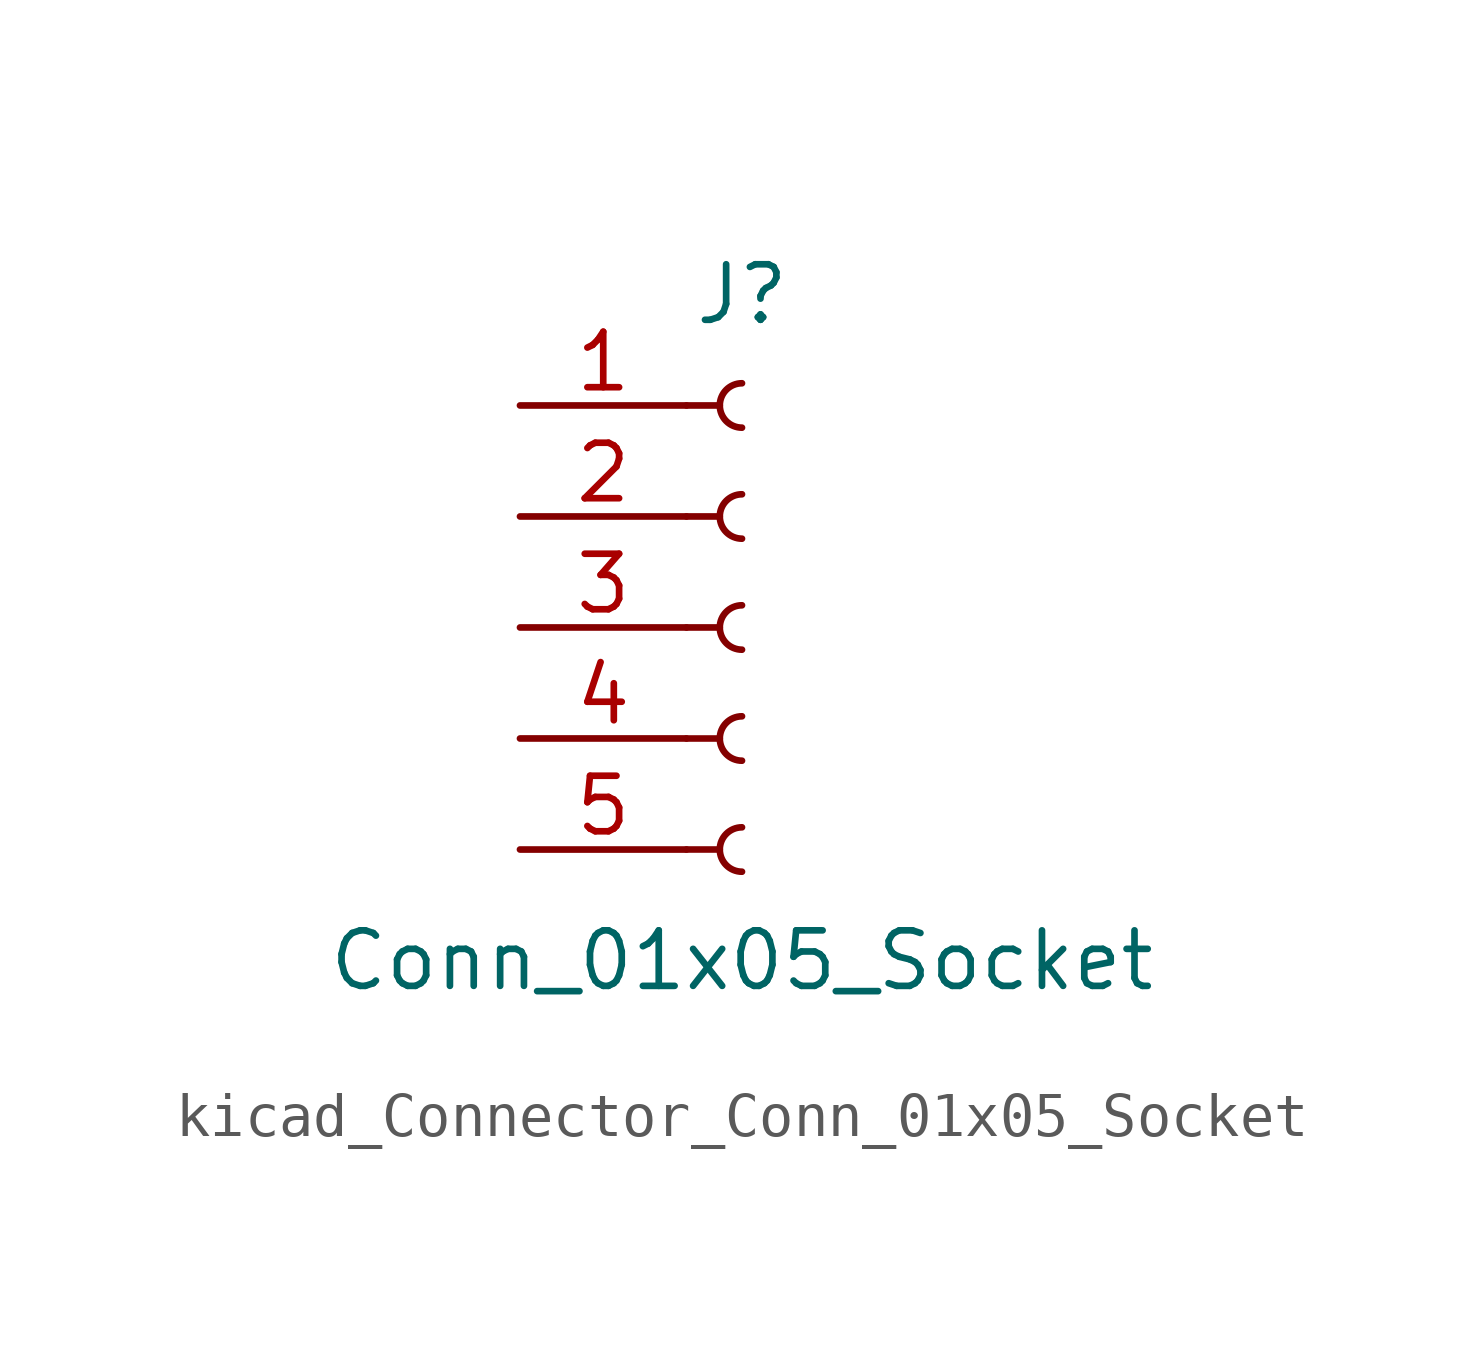
<source format=kicad_sym>
(kicad_symbol_lib
  (version 20220914)
  (generator kicad_symbol_editor)
  (symbol "kicad_Connector_Conn_01x05_Socket"
    (pin_names
      (offset 1.016) hide)
    (property "Reference" "J"
      (at 0 7.62 0)
      (effects (font (size 1.27 1.27))))
    (property "Value" "Conn_01x05_Socket"
      (at 0 -7.62 0)
      (effects (font (size 1.27 1.27))))
    (property "ki_locked" ""
      (at 0 0 0)
      (effects (font (size 1.27 1.27))))
    (symbol "kicad_Connector_Conn_01x05_Socket_1_1"
      (arc (start 0 -4.572) (mid -0.5058 -5.08) (end 0 -5.588) (stroke (width 0.1524) (type default)) (fill (type none)))
      (arc (start 0 -2.032) (mid -0.5058 -2.54) (end 0 -3.048) (stroke (width 0.1524) (type default)) (fill (type none)))
      (polyline (pts (xy -1.27 -5.08) (xy -0.508 -5.08)) (stroke (width 0.152) (type default)) (fill (type none)))
      (polyline (pts (xy -1.27 -2.54) (xy -0.508 -2.54)) (stroke (width 0.152) (type default)) (fill (type none)))
      (polyline (pts (xy -1.27 0) (xy -0.508 0)) (stroke (width 0.152) (type default)) (fill (type none)))
      (polyline (pts (xy -1.27 2.54) (xy -0.508 2.54)) (stroke (width 0.152) (type default)) (fill (type none)))
      (polyline (pts (xy -1.27 5.08) (xy -0.508 5.08)) (stroke (width 0.152) (type default)) (fill (type none)))
      (arc (start 0 0.508) (mid -0.5058 0) (end 0 -0.508) (stroke (width 0.1524) (type default)) (fill (type none)))
      (arc (start 0 3.048) (mid -0.5058 2.54) (end 0 2.032) (stroke (width 0.1524) (type default)) (fill (type none)))
      (arc (start 0 5.588) (mid -0.5058 5.08) (end 0 4.572) (stroke (width 0.1524) (type default)) (fill (type none)))
      (pin passive line (at -5.08 5.08 0) (length 3.81) (name "Pin_1" (effects (font (size 1.27 1.27)))) (number "1" (effects (font (size 1.27 1.27)))))
      (pin passive line (at -5.08 2.54 0) (length 3.81) (name "Pin_2" (effects (font (size 1.27 1.27)))) (number "2" (effects (font (size 1.27 1.27)))))
      (pin passive line (at -5.08 0 0) (length 3.81) (name "Pin_3" (effects (font (size 1.27 1.27)))) (number "3" (effects (font (size 1.27 1.27)))))
      (pin passive line (at -5.08 -2.54 0) (length 3.81) (name "Pin_4" (effects (font (size 1.27 1.27)))) (number "4" (effects (font (size 1.27 1.27)))))
      (pin passive line (at -5.08 -5.08 0) (length 3.81) (name "Pin_5" (effects (font (size 1.27 1.27)))) (number "5" (effects (font (size 1.27 1.27))))))))
</source>
